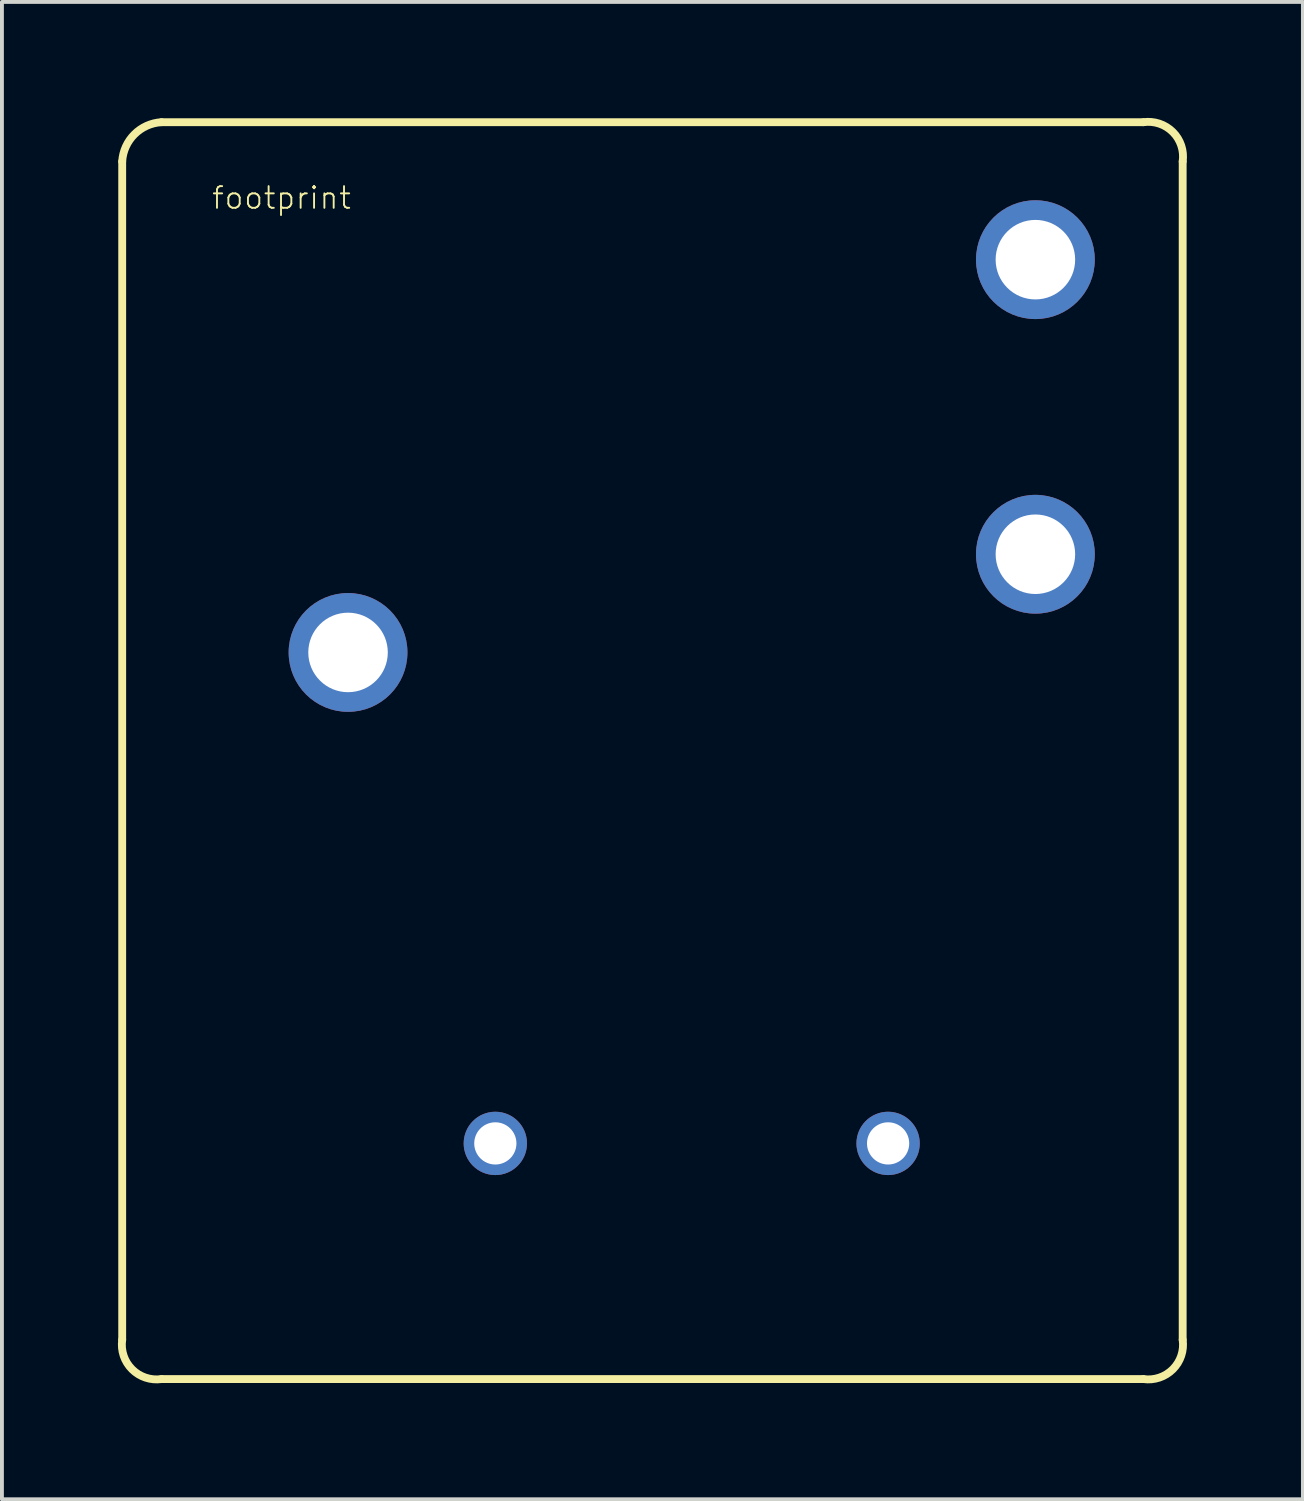
<source format=kicad_pcb>
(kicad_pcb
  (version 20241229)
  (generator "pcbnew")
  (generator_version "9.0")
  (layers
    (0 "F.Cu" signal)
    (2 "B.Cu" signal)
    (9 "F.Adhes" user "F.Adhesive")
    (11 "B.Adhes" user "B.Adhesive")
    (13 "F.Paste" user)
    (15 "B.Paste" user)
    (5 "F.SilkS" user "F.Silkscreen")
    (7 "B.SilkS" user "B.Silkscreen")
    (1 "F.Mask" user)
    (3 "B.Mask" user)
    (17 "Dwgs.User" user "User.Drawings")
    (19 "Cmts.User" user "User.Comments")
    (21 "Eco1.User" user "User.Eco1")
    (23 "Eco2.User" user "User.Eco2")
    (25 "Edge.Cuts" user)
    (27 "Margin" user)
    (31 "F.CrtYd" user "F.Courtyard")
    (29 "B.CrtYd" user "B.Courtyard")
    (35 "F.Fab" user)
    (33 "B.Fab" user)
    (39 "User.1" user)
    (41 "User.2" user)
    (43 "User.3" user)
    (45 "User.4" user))
  (footprint "footprint"
    (layer "F.Cu")
    (at 13.827 16.367)
    (property "Reference" "footprint" (at -11.43 -13.97 0) (layer "F.SilkS") (effects (font (size 0.561 0.561) (thickness 0.049)) (justify left bottom)))
    (fp_line (start -13.716 15.24) (end -13.716 -15.24) (stroke (width 0.203) (type solid)) (layer "F.SilkS"))
    (fp_line (start -12.7 -16.256) (end 12.7 -16.256) (stroke (width 0.203) (type solid)) (layer "F.SilkS"))
    (fp_line (start 12.7 16.256) (end -12.7 16.256) (stroke (width 0.203) (type solid)) (layer "F.SilkS"))
    (fp_line (start 13.716 -15.24) (end 13.716 15.24) (stroke (width 0.203) (type solid)) (layer "F.SilkS"))
    (fp_arc (start -13.716 -15.24) (mid -13.401141 -15.941141) (end -12.7 -16.256) (stroke (width 0.2032) (type solid)) (layer "F.SilkS"))
    (fp_arc (start -12.7 16.256) (mid -13.462 16.002) (end -13.716 15.24) (stroke (width 0.2032) (type solid)) (layer "F.SilkS"))
    (fp_arc (start 12.7 -16.256) (mid 13.462 -16.002) (end 13.716 -15.24) (stroke (width 0.2032) (type solid)) (layer "F.SilkS"))
    (fp_arc (start 13.716 15.24) (mid 13.462 16.002) (end 12.7 16.256) (stroke (width 0.2032) (type solid)) (layer "F.SilkS"))
    (pad "COIL1" thru_hole circle (at -4.064 10.16) (size 1.638 1.638) (drill 1.092) (layers "*.Cu" "*.Mask"))
    (pad "COIL2" thru_hole circle (at 6.096 10.16) (size 1.638 1.638) (drill 1.092) (layers "*.Cu" "*.Mask"))
    (pad "MAIN" thru_hole circle (at -7.874 -2.54) (size 3.073 3.073) (drill 2.057) (layers "*.Cu" "*.Mask"))
    (pad "NC" thru_hole circle (at 9.906 -12.7) (size 3.073 3.073) (drill 2.057) (layers "*.Cu" "*.Mask"))
    (pad "NO" thru_hole circle (at 9.906 -5.08) (size 3.073 3.073) (drill 2.057) (layers "*.Cu" "*.Mask")))
  (gr_rect
    (start -3 -3)
    (end 30.653 35.733)
    (stroke (width 0.1) (type default))
    (fill no)
    (layer "Edge.Cuts")))
</source>
